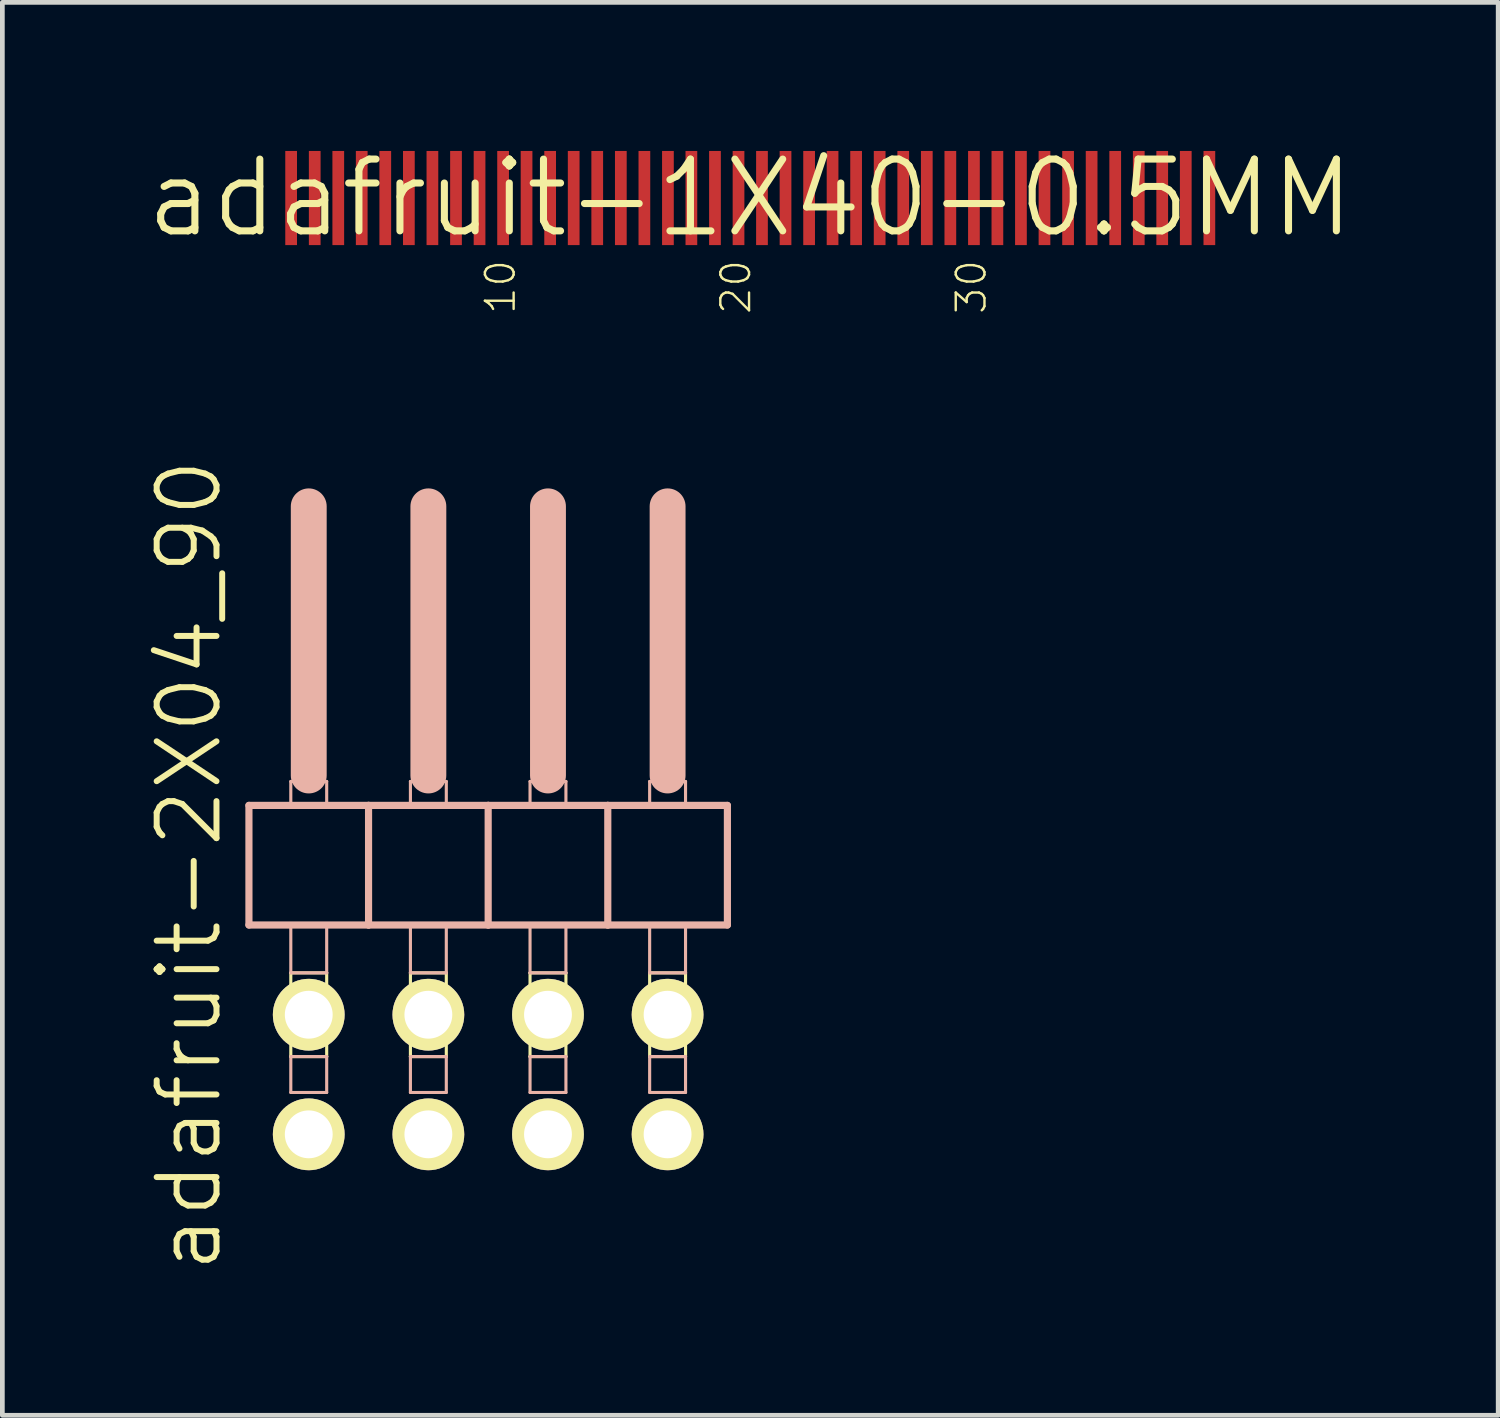
<source format=kicad_pcb>
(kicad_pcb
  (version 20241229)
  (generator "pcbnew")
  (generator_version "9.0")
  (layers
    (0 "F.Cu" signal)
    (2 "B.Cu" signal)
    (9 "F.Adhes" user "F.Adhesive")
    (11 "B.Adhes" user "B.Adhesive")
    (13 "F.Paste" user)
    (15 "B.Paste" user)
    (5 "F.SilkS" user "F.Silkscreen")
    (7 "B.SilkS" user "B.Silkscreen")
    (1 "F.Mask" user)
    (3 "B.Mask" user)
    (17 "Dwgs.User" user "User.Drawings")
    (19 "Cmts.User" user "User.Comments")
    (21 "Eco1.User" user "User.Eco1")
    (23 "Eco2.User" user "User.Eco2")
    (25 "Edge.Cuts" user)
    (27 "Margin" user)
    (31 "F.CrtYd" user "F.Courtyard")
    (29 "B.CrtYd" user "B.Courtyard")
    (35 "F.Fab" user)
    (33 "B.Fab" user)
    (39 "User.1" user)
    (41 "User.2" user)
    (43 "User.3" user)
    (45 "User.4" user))
  (footprint "adafruit-2X04_90"
    (layer "F.Cu")
    (at 7.316 14.687)
    (property "Reference" "adafruit-2X04_90" (at -6.35 0.635 90) (layer "F.SilkS") (effects (font (size 1.27 1.27) (thickness 0.127))))
    (attr exclude_from_pos_files exclude_from_bom)
    (fp_line (start -4.191 2.921) (end -3.429 2.921) (stroke (width 0.066) (type solid)) (layer "F.SilkS"))
    (fp_line (start -4.191 4.699) (end -4.191 2.921) (stroke (width 0.066) (type solid)) (layer "F.SilkS"))
    (fp_line (start -4.191 4.699) (end -3.429 4.699) (stroke (width 0.066) (type solid)) (layer "F.SilkS"))
    (fp_line (start -3.429 4.699) (end -3.429 2.921) (stroke (width 0.066) (type solid)) (layer "F.SilkS"))
    (fp_line (start -1.651 2.921) (end -0.889 2.921) (stroke (width 0.066) (type solid)) (layer "F.SilkS"))
    (fp_line (start -1.651 4.699) (end -1.651 2.921) (stroke (width 0.066) (type solid)) (layer "F.SilkS"))
    (fp_line (start -1.651 4.699) (end -0.889 4.699) (stroke (width 0.066) (type solid)) (layer "F.SilkS"))
    (fp_line (start -0.889 4.699) (end -0.889 2.921) (stroke (width 0.066) (type solid)) (layer "F.SilkS"))
    (fp_line (start 0.889 2.921) (end 1.651 2.921) (stroke (width 0.066) (type solid)) (layer "F.SilkS"))
    (fp_line (start 0.889 4.699) (end 0.889 2.921) (stroke (width 0.066) (type solid)) (layer "F.SilkS"))
    (fp_line (start 0.889 4.699) (end 1.651 4.699) (stroke (width 0.066) (type solid)) (layer "F.SilkS"))
    (fp_line (start 1.651 4.699) (end 1.651 2.921) (stroke (width 0.066) (type solid)) (layer "F.SilkS"))
    (fp_line (start 3.429 2.921) (end 4.191 2.921) (stroke (width 0.066) (type solid)) (layer "F.SilkS"))
    (fp_line (start 3.429 4.699) (end 3.429 2.921) (stroke (width 0.066) (type solid)) (layer "F.SilkS"))
    (fp_line (start 3.429 4.699) (end 4.191 4.699) (stroke (width 0.066) (type solid)) (layer "F.SilkS"))
    (fp_line (start 4.191 4.699) (end 4.191 2.921) (stroke (width 0.066) (type solid)) (layer "F.SilkS"))
    (fp_line (start -5.08 -0.635) (end -5.08 1.905) (stroke (width 0.152) (type solid)) (layer "B.SilkS"))
    (fp_line (start -5.08 1.905) (end -2.54 1.905) (stroke (width 0.152) (type solid)) (layer "B.SilkS"))
    (fp_line (start -4.191 -1.143) (end -3.429 -1.143) (stroke (width 0.066) (type solid)) (layer "B.SilkS"))
    (fp_line (start -4.191 -0.635) (end -4.191 -1.143) (stroke (width 0.066) (type solid)) (layer "B.SilkS"))
    (fp_line (start -4.191 -0.635) (end -3.429 -0.635) (stroke (width 0.066) (type solid)) (layer "B.SilkS"))
    (fp_line (start -4.191 1.905) (end -3.429 1.905) (stroke (width 0.066) (type solid)) (layer "B.SilkS"))
    (fp_line (start -4.191 2.921) (end -4.191 1.905) (stroke (width 0.066) (type solid)) (layer "B.SilkS"))
    (fp_line (start -4.191 2.921) (end -3.429 2.921) (stroke (width 0.066) (type solid)) (layer "B.SilkS"))
    (fp_line (start -4.191 4.699) (end -3.429 4.699) (stroke (width 0.066) (type solid)) (layer "B.SilkS"))
    (fp_line (start -4.191 5.461) (end -4.191 4.699) (stroke (width 0.066) (type solid)) (layer "B.SilkS"))
    (fp_line (start -4.191 5.461) (end -3.429 5.461) (stroke (width 0.066) (type solid)) (layer "B.SilkS"))
    (fp_line (start -3.81 -6.985) (end -3.81 -1.27) (stroke (width 0.762) (type solid)) (layer "B.SilkS"))
    (fp_line (start -3.429 -0.635) (end -3.429 -1.143) (stroke (width 0.066) (type solid)) (layer "B.SilkS"))
    (fp_line (start -3.429 2.921) (end -3.429 1.905) (stroke (width 0.066) (type solid)) (layer "B.SilkS"))
    (fp_line (start -3.429 5.461) (end -3.429 4.699) (stroke (width 0.066) (type solid)) (layer "B.SilkS"))
    (fp_line (start -2.54 -0.635) (end -5.08 -0.635) (stroke (width 0.152) (type solid)) (layer "B.SilkS"))
    (fp_line (start -2.54 1.905) (end -2.54 -0.635) (stroke (width 0.152) (type solid)) (layer "B.SilkS"))
    (fp_line (start -2.54 1.905) (end 0 1.905) (stroke (width 0.152) (type solid)) (layer "B.SilkS"))
    (fp_line (start -1.651 -1.143) (end -0.889 -1.143) (stroke (width 0.066) (type solid)) (layer "B.SilkS"))
    (fp_line (start -1.651 -0.635) (end -1.651 -1.143) (stroke (width 0.066) (type solid)) (layer "B.SilkS"))
    (fp_line (start -1.651 -0.635) (end -0.889 -0.635) (stroke (width 0.066) (type solid)) (layer "B.SilkS"))
    (fp_line (start -1.651 1.905) (end -0.889 1.905) (stroke (width 0.066) (type solid)) (layer "B.SilkS"))
    (fp_line (start -1.651 2.921) (end -1.651 1.905) (stroke (width 0.066) (type solid)) (layer "B.SilkS"))
    (fp_line (start -1.651 2.921) (end -0.889 2.921) (stroke (width 0.066) (type solid)) (layer "B.SilkS"))
    (fp_line (start -1.651 4.699) (end -0.889 4.699) (stroke (width 0.066) (type solid)) (layer "B.SilkS"))
    (fp_line (start -1.651 5.461) (end -1.651 4.699) (stroke (width 0.066) (type solid)) (layer "B.SilkS"))
    (fp_line (start -1.651 5.461) (end -0.889 5.461) (stroke (width 0.066) (type solid)) (layer "B.SilkS"))
    (fp_line (start -1.27 -6.985) (end -1.27 -1.27) (stroke (width 0.762) (type solid)) (layer "B.SilkS"))
    (fp_line (start -0.889 -0.635) (end -0.889 -1.143) (stroke (width 0.066) (type solid)) (layer "B.SilkS"))
    (fp_line (start -0.889 2.921) (end -0.889 1.905) (stroke (width 0.066) (type solid)) (layer "B.SilkS"))
    (fp_line (start -0.889 5.461) (end -0.889 4.699) (stroke (width 0.066) (type solid)) (layer "B.SilkS"))
    (fp_line (start 0 -0.635) (end -2.54 -0.635) (stroke (width 0.152) (type solid)) (layer "B.SilkS"))
    (fp_line (start 0 1.905) (end 0 -0.635) (stroke (width 0.152) (type solid)) (layer "B.SilkS"))
    (fp_line (start 0 1.905) (end 2.54 1.905) (stroke (width 0.152) (type solid)) (layer "B.SilkS"))
    (fp_line (start 0.889 -1.143) (end 1.651 -1.143) (stroke (width 0.066) (type solid)) (layer "B.SilkS"))
    (fp_line (start 0.889 -0.635) (end 0.889 -1.143) (stroke (width 0.066) (type solid)) (layer "B.SilkS"))
    (fp_line (start 0.889 -0.635) (end 1.651 -0.635) (stroke (width 0.066) (type solid)) (layer "B.SilkS"))
    (fp_line (start 0.889 1.905) (end 1.651 1.905) (stroke (width 0.066) (type solid)) (layer "B.SilkS"))
    (fp_line (start 0.889 2.921) (end 0.889 1.905) (stroke (width 0.066) (type solid)) (layer "B.SilkS"))
    (fp_line (start 0.889 2.921) (end 1.651 2.921) (stroke (width 0.066) (type solid)) (layer "B.SilkS"))
    (fp_line (start 0.889 4.699) (end 1.651 4.699) (stroke (width 0.066) (type solid)) (layer "B.SilkS"))
    (fp_line (start 0.889 5.461) (end 0.889 4.699) (stroke (width 0.066) (type solid)) (layer "B.SilkS"))
    (fp_line (start 0.889 5.461) (end 1.651 5.461) (stroke (width 0.066) (type solid)) (layer "B.SilkS"))
    (fp_line (start 1.27 -6.985) (end 1.27 -1.27) (stroke (width 0.762) (type solid)) (layer "B.SilkS"))
    (fp_line (start 1.651 -0.635) (end 1.651 -1.143) (stroke (width 0.066) (type solid)) (layer "B.SilkS"))
    (fp_line (start 1.651 2.921) (end 1.651 1.905) (stroke (width 0.066) (type solid)) (layer "B.SilkS"))
    (fp_line (start 1.651 5.461) (end 1.651 4.699) (stroke (width 0.066) (type solid)) (layer "B.SilkS"))
    (fp_line (start 2.54 -0.635) (end 0 -0.635) (stroke (width 0.152) (type solid)) (layer "B.SilkS"))
    (fp_line (start 2.54 1.905) (end 2.54 -0.635) (stroke (width 0.152) (type solid)) (layer "B.SilkS"))
    (fp_line (start 2.54 1.905) (end 5.08 1.905) (stroke (width 0.152) (type solid)) (layer "B.SilkS"))
    (fp_line (start 3.429 -1.143) (end 4.191 -1.143) (stroke (width 0.066) (type solid)) (layer "B.SilkS"))
    (fp_line (start 3.429 -0.635) (end 3.429 -1.143) (stroke (width 0.066) (type solid)) (layer "B.SilkS"))
    (fp_line (start 3.429 -0.635) (end 4.191 -0.635) (stroke (width 0.066) (type solid)) (layer "B.SilkS"))
    (fp_line (start 3.429 1.905) (end 4.191 1.905) (stroke (width 0.066) (type solid)) (layer "B.SilkS"))
    (fp_line (start 3.429 2.921) (end 3.429 1.905) (stroke (width 0.066) (type solid)) (layer "B.SilkS"))
    (fp_line (start 3.429 2.921) (end 4.191 2.921) (stroke (width 0.066) (type solid)) (layer "B.SilkS"))
    (fp_line (start 3.429 4.699) (end 4.191 4.699) (stroke (width 0.066) (type solid)) (layer "B.SilkS"))
    (fp_line (start 3.429 5.461) (end 3.429 4.699) (stroke (width 0.066) (type solid)) (layer "B.SilkS"))
    (fp_line (start 3.429 5.461) (end 4.191 5.461) (stroke (width 0.066) (type solid)) (layer "B.SilkS"))
    (fp_line (start 3.81 -6.985) (end 3.81 -1.27) (stroke (width 0.762) (type solid)) (layer "B.SilkS"))
    (fp_line (start 4.191 -0.635) (end 4.191 -1.143) (stroke (width 0.066) (type solid)) (layer "B.SilkS"))
    (fp_line (start 4.191 2.921) (end 4.191 1.905) (stroke (width 0.066) (type solid)) (layer "B.SilkS"))
    (fp_line (start 4.191 5.461) (end 4.191 4.699) (stroke (width 0.066) (type solid)) (layer "B.SilkS"))
    (fp_line (start 5.08 -0.635) (end 2.54 -0.635) (stroke (width 0.152) (type solid)) (layer "B.SilkS"))
    (fp_line (start 5.08 1.905) (end 5.08 -0.635) (stroke (width 0.152) (type solid)) (layer "B.SilkS"))
    (pad "1" thru_hole circle (at -3.81 6.35) (size 1.524 1.524) (drill 1.016) (layers "*.Cu" "F.Mask" "F.SilkS" "F.Paste"))
    (pad "2" thru_hole circle (at -3.81 3.81) (size 1.524 1.524) (drill 1.016) (layers "*.Cu" "F.Mask" "F.SilkS" "F.Paste"))
    (pad "3" thru_hole circle (at -1.27 6.35) (size 1.524 1.524) (drill 1.016) (layers "*.Cu" "F.Mask" "F.SilkS" "F.Paste"))
    (pad "4" thru_hole circle (at -1.27 3.81) (size 1.524 1.524) (drill 1.016) (layers "*.Cu" "F.Mask" "F.SilkS" "F.Paste"))
    (pad "5" thru_hole circle (at 1.27 6.35) (size 1.524 1.524) (drill 1.016) (layers "*.Cu" "F.Mask" "F.SilkS" "F.Paste"))
    (pad "6" thru_hole circle (at 1.27 3.81) (size 1.524 1.524) (drill 1.016) (layers "*.Cu" "F.Mask" "F.SilkS" "F.Paste"))
    (pad "7" thru_hole circle (at 3.81 6.35) (size 1.524 1.524) (drill 1.016) (layers "*.Cu" "F.Mask" "F.SilkS" "F.Paste"))
    (pad "8" thru_hole circle (at 3.81 3.81) (size 1.524 1.524) (drill 1.016) (layers "*.Cu" "F.Mask" "F.SilkS" "F.Paste")))
  (footprint "adafruit-1X40-0.5MM"
    (layer "F.Cu")
    (at 12.881 1.155)
    (property "Reference" "adafruit-1X40-0.5MM" (at 0 0 0) (layer "F.SilkS") (effects (font (size 1.524 1.524) (thickness 0.15))))
    (attr smd)
    (fp_text user "30" (at 4.694 1.89 90) (layer "F.SilkS") (effects (font (size 0.61 0.61) (thickness 0.051))))
    (fp_text user "20" (at -0.305 1.89 90) (layer "F.SilkS") (effects (font (size 0.61 0.61) (thickness 0.051))))
    (fp_text user "10" (at -5.304 1.89 90) (layer "F.SilkS") (effects (font (size 0.61 0.61) (thickness 0.051))))
    (pad "1" smd rect (at -9.749 0 90) (size 1.999 0.249) (layers "F.Cu" "F.Mask" "F.Paste"))
    (pad "2" smd rect (at -9.248 0 90) (size 1.999 0.249) (layers "F.Cu" "F.Mask" "F.Paste"))
    (pad "3" smd rect (at -8.748 0 90) (size 1.999 0.249) (layers "F.Cu" "F.Mask" "F.Paste"))
    (pad "4" smd rect (at -8.25 0 90) (size 1.999 0.249) (layers "F.Cu" "F.Mask" "F.Paste"))
    (pad "5" smd rect (at -7.75 0 90) (size 1.999 0.249) (layers "F.Cu" "F.Mask" "F.Paste"))
    (pad "6" smd rect (at -7.249 0 90) (size 1.999 0.249) (layers "F.Cu" "F.Mask" "F.Paste"))
    (pad "7" smd rect (at -6.749 0 90) (size 1.999 0.249) (layers "F.Cu" "F.Mask" "F.Paste"))
    (pad "8" smd rect (at -6.248 0 90) (size 1.999 0.249) (layers "F.Cu" "F.Mask" "F.Paste"))
    (pad "9" smd rect (at -5.748 0 90) (size 1.999 0.249) (layers "F.Cu" "F.Mask" "F.Paste"))
    (pad "10" smd rect (at -5.248 0 90) (size 1.999 0.249) (layers "F.Cu" "F.Mask" "F.Paste"))
    (pad "11" smd rect (at -4.75 0 90) (size 1.999 0.249) (layers "F.Cu" "F.Mask" "F.Paste"))
    (pad "12" smd rect (at -4.249 0 90) (size 1.999 0.249) (layers "F.Cu" "F.Mask" "F.Paste"))
    (pad "13" smd rect (at -3.749 0 90) (size 1.999 0.249) (layers "F.Cu" "F.Mask" "F.Paste"))
    (pad "14" smd rect (at -3.249 0 90) (size 1.999 0.249) (layers "F.Cu" "F.Mask" "F.Paste"))
    (pad "15" smd rect (at -2.748 0 90) (size 1.999 0.249) (layers "F.Cu" "F.Mask" "F.Paste"))
    (pad "16" smd rect (at -2.248 0 90) (size 1.999 0.249) (layers "F.Cu" "F.Mask" "F.Paste"))
    (pad "17" smd rect (at -1.748 0 90) (size 1.999 0.249) (layers "F.Cu" "F.Mask" "F.Paste"))
    (pad "18" smd rect (at -1.25 0 90) (size 1.999 0.249) (layers "F.Cu" "F.Mask" "F.Paste"))
    (pad "19" smd rect (at -0.749 0 90) (size 1.999 0.249) (layers "F.Cu" "F.Mask" "F.Paste"))
    (pad "20" smd rect (at -0.249 0 90) (size 1.999 0.249) (layers "F.Cu" "F.Mask" "F.Paste"))
    (pad "21" smd rect (at 0.249 0 90) (size 1.999 0.249) (layers "F.Cu" "F.Mask" "F.Paste"))
    (pad "22" smd rect (at 0.749 0 90) (size 1.999 0.249) (layers "F.Cu" "F.Mask" "F.Paste"))
    (pad "23" smd rect (at 1.25 0 90) (size 1.999 0.249) (layers "F.Cu" "F.Mask" "F.Paste"))
    (pad "24" smd rect (at 1.748 0 90) (size 1.999 0.249) (layers "F.Cu" "F.Mask" "F.Paste"))
    (pad "25" smd rect (at 2.248 0 90) (size 1.999 0.249) (layers "F.Cu" "F.Mask" "F.Paste"))
    (pad "26" smd rect (at 2.748 0 90) (size 1.999 0.249) (layers "F.Cu" "F.Mask" "F.Paste"))
    (pad "27" smd rect (at 3.249 0 90) (size 1.999 0.249) (layers "F.Cu" "F.Mask" "F.Paste"))
    (pad "28" smd rect (at 3.749 0 90) (size 1.999 0.249) (layers "F.Cu" "F.Mask" "F.Paste"))
    (pad "29" smd rect (at 4.249 0 90) (size 1.999 0.249) (layers "F.Cu" "F.Mask" "F.Paste"))
    (pad "30" smd rect (at 4.75 0 90) (size 1.999 0.249) (layers "F.Cu" "F.Mask" "F.Paste"))
    (pad "31" smd rect (at 5.248 0 90) (size 1.999 0.249) (layers "F.Cu" "F.Mask" "F.Paste"))
    (pad "32" smd rect (at 5.748 0 90) (size 1.999 0.249) (layers "F.Cu" "F.Mask" "F.Paste"))
    (pad "33" smd rect (at 6.248 0 90) (size 1.999 0.249) (layers "F.Cu" "F.Mask" "F.Paste"))
    (pad "34" smd rect (at 6.749 0 90) (size 1.999 0.249) (layers "F.Cu" "F.Mask" "F.Paste"))
    (pad "35" smd rect (at 7.249 0 90) (size 1.999 0.249) (layers "F.Cu" "F.Mask" "F.Paste"))
    (pad "36" smd rect (at 7.75 0 90) (size 1.999 0.249) (layers "F.Cu" "F.Mask" "F.Paste"))
    (pad "37" smd rect (at 8.25 0 90) (size 1.999 0.249) (layers "F.Cu" "F.Mask" "F.Paste"))
    (pad "38" smd rect (at 8.748 0 90) (size 1.999 0.249) (layers "F.Cu" "F.Mask" "F.Paste"))
    (pad "39" smd rect (at 9.248 0 90) (size 1.999 0.249) (layers "F.Cu" "F.Mask" "F.Paste"))
    (pad "40" smd rect (at 9.749 0 90) (size 1.999 0.249) (layers "F.Cu" "F.Mask" "F.Paste")))
  (gr_rect
    (start -3 -3)
    (end 28.763 27.003)
    (stroke (width 0.1) (type default))
    (fill no)
    (layer "Edge.Cuts")))
</source>
